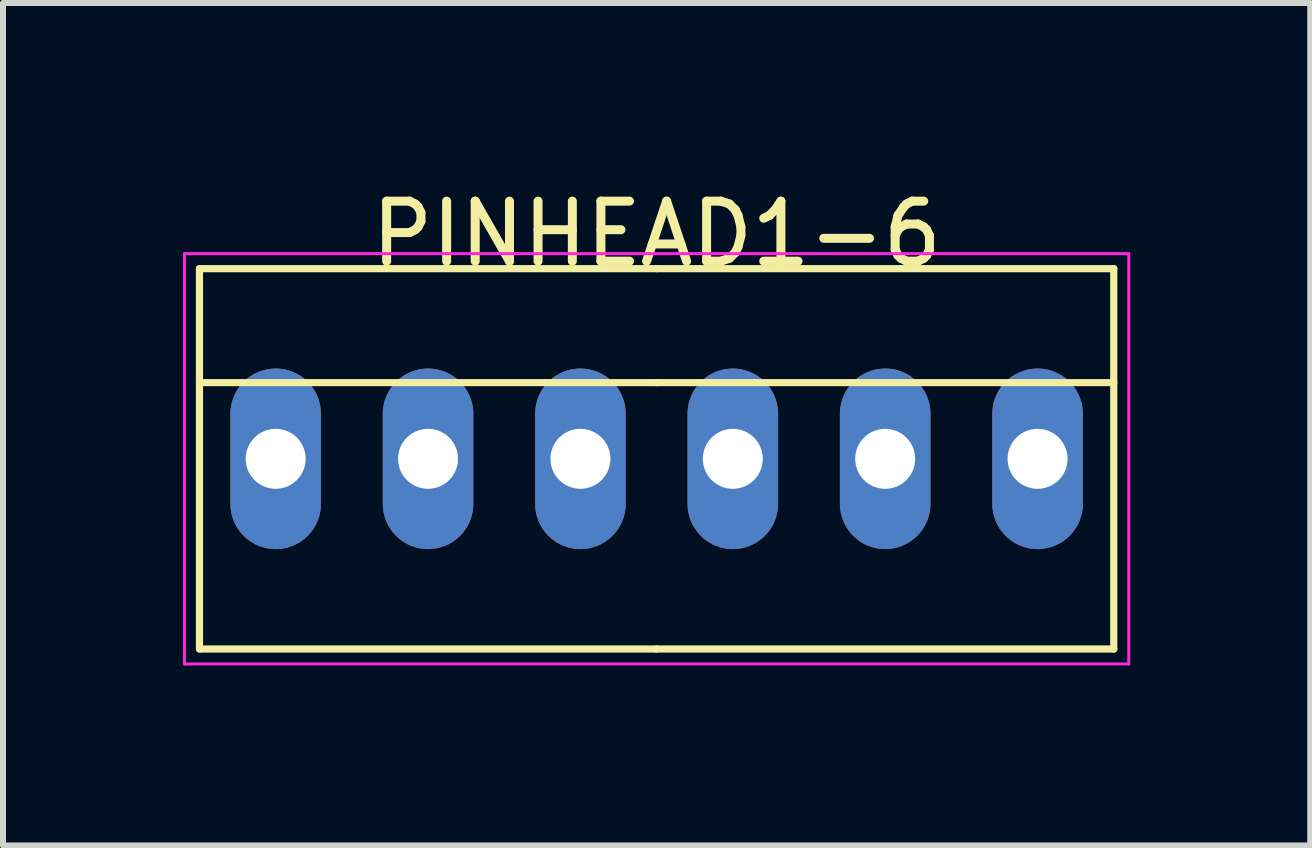
<source format=kicad_pcb>
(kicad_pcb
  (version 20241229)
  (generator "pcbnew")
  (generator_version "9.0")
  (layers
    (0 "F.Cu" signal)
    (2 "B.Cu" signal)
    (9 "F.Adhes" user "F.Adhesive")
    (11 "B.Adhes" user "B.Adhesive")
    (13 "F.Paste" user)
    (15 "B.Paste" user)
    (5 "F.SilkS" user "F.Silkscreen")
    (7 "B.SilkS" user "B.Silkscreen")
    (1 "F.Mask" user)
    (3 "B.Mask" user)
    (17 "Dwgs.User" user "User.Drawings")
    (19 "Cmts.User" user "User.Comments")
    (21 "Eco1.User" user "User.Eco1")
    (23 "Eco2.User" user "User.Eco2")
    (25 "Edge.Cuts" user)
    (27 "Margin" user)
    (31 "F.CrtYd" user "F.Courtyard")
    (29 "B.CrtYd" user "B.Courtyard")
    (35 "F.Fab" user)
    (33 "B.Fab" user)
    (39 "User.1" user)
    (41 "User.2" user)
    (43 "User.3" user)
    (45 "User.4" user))
  (footprint "PINHEAD1-6"
    (layer "F.Cu")
    (at 1.545 4.598)
    (property "Reference" "PINHEAD1-6" (at 6.35 -3.75 0) (layer "F.SilkS") (effects (font (size 1 1) (thickness 0.15))))
    (attr through_hole)
    (fp_line (start -1.27 -3.17) (end -1.27 3.17) (stroke (width 0.12) (type solid)) (layer "F.SilkS"))
    (fp_line (start -1.27 -3.17) (end 6.35 -3.17) (stroke (width 0.12) (type solid)) (layer "F.SilkS"))
    (fp_line (start 6.35 -3.17) (end 13.97 -3.17) (stroke (width 0.12) (type solid)) (layer "F.SilkS"))
    (fp_line (start 6.35 -1.27) (end -1.27 -1.27) (stroke (width 0.12) (type solid)) (layer "F.SilkS"))
    (fp_line (start 6.35 -1.27) (end 13.97 -1.27) (stroke (width 0.12) (type solid)) (layer "F.SilkS"))
    (fp_line (start 6.35 3.17) (end -1.27 3.17) (stroke (width 0.12) (type solid)) (layer "F.SilkS"))
    (fp_line (start 6.35 3.17) (end 13.97 3.17) (stroke (width 0.12) (type solid)) (layer "F.SilkS"))
    (fp_line (start 13.97 -3.17) (end 13.97 3.17) (stroke (width 0.12) (type solid)) (layer "F.SilkS"))
    (fp_line (start -1.52 -3.42) (end -1.52 3.42) (stroke (width 0.05) (type solid)) (layer "F.CrtYd"))
    (fp_line (start -1.52 -3.42) (end 14.22 -3.42) (stroke (width 0.05) (type solid)) (layer "F.CrtYd"))
    (fp_line (start 14.22 3.42) (end -1.52 3.42) (stroke (width 0.05) (type solid)) (layer "F.CrtYd"))
    (fp_line (start 14.22 3.42) (end 14.22 -3.42) (stroke (width 0.05) (type solid)) (layer "F.CrtYd"))
    (pad "1" thru_hole oval (at 0 0) (size 1.51 3.01) (drill 1) (layers "*.Cu" "*.Mask"))
    (pad "2" thru_hole oval (at 2.54 0) (size 1.51 3.01) (drill 1) (layers "*.Cu" "*.Mask"))
    (pad "3" thru_hole oval (at 5.08 0) (size 1.51 3.01) (drill 1) (layers "*.Cu" "*.Mask"))
    (pad "4" thru_hole oval (at 7.62 0) (size 1.51 3.01) (drill 1) (layers "*.Cu" "*.Mask"))
    (pad "5" thru_hole oval (at 10.16 0) (size 1.51 3.01) (drill 1) (layers "*.Cu" "*.Mask"))
    (pad "6" thru_hole oval (at 12.7 0) (size 1.51 3.01) (drill 1) (layers "*.Cu" "*.Mask")))
  (gr_rect
    (start -3 -3)
    (end 18.79 11.043)
    (stroke (width 0.1) (type default))
    (fill no)
    (layer "Edge.Cuts")))
</source>
